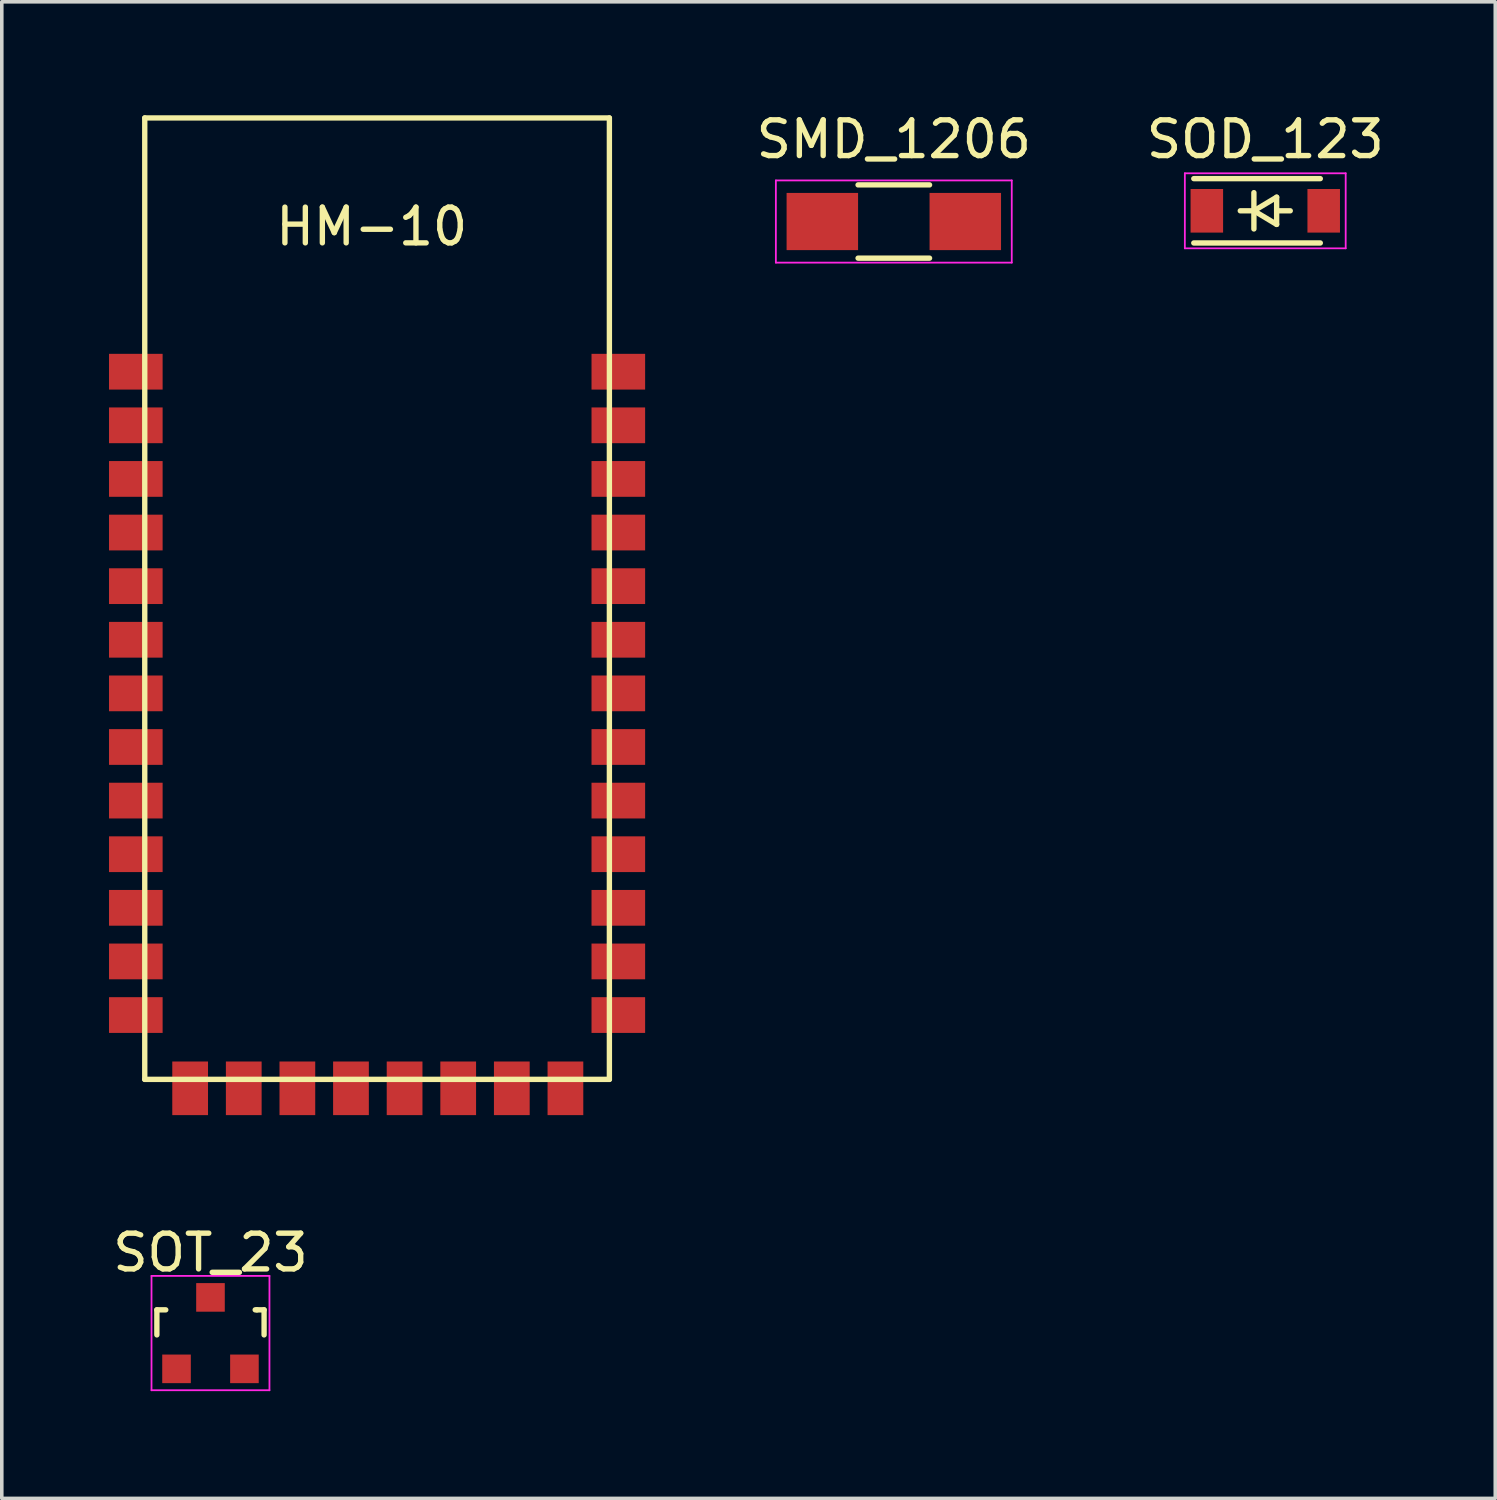
<source format=kicad_pcb>
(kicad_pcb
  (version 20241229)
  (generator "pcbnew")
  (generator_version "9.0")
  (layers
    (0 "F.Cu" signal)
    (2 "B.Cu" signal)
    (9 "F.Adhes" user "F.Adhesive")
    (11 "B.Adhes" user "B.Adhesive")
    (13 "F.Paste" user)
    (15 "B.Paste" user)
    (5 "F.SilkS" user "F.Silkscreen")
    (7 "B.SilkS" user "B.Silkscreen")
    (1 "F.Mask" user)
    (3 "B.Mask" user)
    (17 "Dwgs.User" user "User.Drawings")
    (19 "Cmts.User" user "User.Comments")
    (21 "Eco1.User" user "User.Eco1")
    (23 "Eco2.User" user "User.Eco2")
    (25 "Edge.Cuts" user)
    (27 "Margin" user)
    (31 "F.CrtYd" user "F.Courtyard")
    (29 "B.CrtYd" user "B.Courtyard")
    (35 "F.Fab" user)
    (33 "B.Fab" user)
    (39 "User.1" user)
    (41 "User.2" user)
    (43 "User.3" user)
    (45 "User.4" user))
  (footprint "SMD_1206"
    (layer "F.Cu")
    (at 21.958 3.148)
    (property "Reference" "SMD_1206" (at 0 -2.3 0) (layer "F.SilkS") (effects (font (size 1 1) (thickness 0.15))))
    (attr smd)
    (fp_line (start -1 1.025) (end 1 1.025) (stroke (width 0.15) (type solid)) (layer "F.SilkS"))
    (fp_line (start 1 -1.025) (end -1 -1.025) (stroke (width 0.15) (type solid)) (layer "F.SilkS"))
    (fp_line (start -3.3 -1.15) (end -3.3 1.15) (stroke (width 0.05) (type solid)) (layer "F.CrtYd"))
    (fp_line (start -3.3 -1.15) (end 3.3 -1.15) (stroke (width 0.05) (type solid)) (layer "F.CrtYd"))
    (fp_line (start -3.3 1.15) (end 3.3 1.15) (stroke (width 0.05) (type solid)) (layer "F.CrtYd"))
    (fp_line (start 3.3 -1.15) (end 3.3 1.15) (stroke (width 0.05) (type solid)) (layer "F.CrtYd"))
    (pad "1" smd rect (at -2 0) (size 2 1.6) (layers "F.Cu" "F.Mask" "F.Paste"))
    (pad "2" smd rect (at 2 0) (size 2 1.6) (layers "F.Cu" "F.Mask" "F.Paste")))
  (footprint "HM-10"
    (layer "F.Cu")
    (at 1 0.25)
    (property "Reference" "HM-10" (at 6.35 3.04 0) (layer "F.SilkS") (effects (font (size 1 1) (thickness 0.15))))
    (attr through_hole)
    (fp_line (start 0 0) (end 0 26.9) (stroke (width 0.15) (type solid)) (layer "F.SilkS"))
    (fp_line (start 0 0) (end 13 0) (stroke (width 0.15) (type solid)) (layer "F.SilkS"))
    (fp_line (start 0 26.9) (end 13 26.9) (stroke (width 0.15) (type solid)) (layer "F.SilkS"))
    (fp_line (start 13 0) (end 13 26.9) (stroke (width 0.15) (type solid)) (layer "F.SilkS"))
    (pad "1" smd rect (at 0 7.1) (size 1.5 1) (drill (offset -0.25 0)) (layers "F.Cu" "F.Mask" "F.Paste"))
    (pad "2" smd rect (at 0 8.6) (size 1.5 1) (drill (offset -0.25 0)) (layers "F.Cu" "F.Mask" "F.Paste"))
    (pad "3" smd rect (at 0 10.1) (size 1.5 1) (drill (offset -0.25 0)) (layers "F.Cu" "F.Mask" "F.Paste"))
    (pad "4" smd rect (at 0 11.6) (size 1.5 1) (drill (offset -0.25 0)) (layers "F.Cu" "F.Mask" "F.Paste"))
    (pad "5" smd rect (at 0 13.1) (size 1.5 1) (drill (offset -0.25 0)) (layers "F.Cu" "F.Mask" "F.Paste"))
    (pad "6" smd rect (at 0 14.6) (size 1.5 1) (drill (offset -0.25 0)) (layers "F.Cu" "F.Mask" "F.Paste"))
    (pad "7" smd rect (at 0 16.1) (size 1.5 1) (drill (offset -0.25 0)) (layers "F.Cu" "F.Mask" "F.Paste"))
    (pad "8" smd rect (at 0 17.6) (size 1.5 1) (drill (offset -0.25 0)) (layers "F.Cu" "F.Mask" "F.Paste"))
    (pad "9" smd rect (at 0 19.1) (size 1.5 1) (drill (offset -0.25 0)) (layers "F.Cu" "F.Mask" "F.Paste"))
    (pad "10" smd rect (at 0 20.6) (size 1.5 1) (drill (offset -0.25 0)) (layers "F.Cu" "F.Mask" "F.Paste"))
    (pad "11" smd rect (at 0 22.1) (size 1.5 1) (drill (offset -0.25 0)) (layers "F.Cu" "F.Mask" "F.Paste"))
    (pad "12" smd rect (at 0 23.6) (size 1.5 1) (drill (offset -0.25 0)) (layers "F.Cu" "F.Mask" "F.Paste"))
    (pad "13" smd rect (at 0 25.1) (size 1.5 1) (drill (offset -0.25 0)) (layers "F.Cu" "F.Mask" "F.Paste"))
    (pad "14" smd rect (at 1.27 26.9) (size 1 1.5) (drill (offset 0 0.25)) (layers "F.Cu" "F.Mask" "F.Paste"))
    (pad "15" smd rect (at 2.77 26.9) (size 1 1.5) (drill (offset 0 0.25)) (layers "F.Cu" "F.Mask" "F.Paste"))
    (pad "16" smd rect (at 4.27 26.9) (size 1 1.5) (drill (offset 0 0.25)) (layers "F.Cu" "F.Mask" "F.Paste"))
    (pad "17" smd rect (at 5.77 26.9) (size 1 1.5) (drill (offset 0 0.25)) (layers "F.Cu" "F.Mask" "F.Paste"))
    (pad "18" smd rect (at 7.27 26.9) (size 1 1.5) (drill (offset 0 0.25)) (layers "F.Cu" "F.Mask" "F.Paste"))
    (pad "19" smd rect (at 8.77 26.9) (size 1 1.5) (drill (offset 0 0.25)) (layers "F.Cu" "F.Mask" "F.Paste"))
    (pad "20" smd rect (at 10.27 26.9) (size 1 1.5) (drill (offset 0 0.25)) (layers "F.Cu" "F.Mask" "F.Paste"))
    (pad "21" smd rect (at 11.77 26.9) (size 1 1.5) (drill (offset 0 0.25)) (layers "F.Cu" "F.Mask" "F.Paste"))
    (pad "22" smd rect (at 13 25.1) (size 1.5 1) (drill (offset 0.25 0)) (layers "F.Cu" "F.Mask" "F.Paste"))
    (pad "23" smd rect (at 13 23.6) (size 1.5 1) (drill (offset 0.25 0)) (layers "F.Cu" "F.Mask" "F.Paste"))
    (pad "24" smd rect (at 13 22.1) (size 1.5 1) (drill (offset 0.25 0)) (layers "F.Cu" "F.Mask" "F.Paste"))
    (pad "25" smd rect (at 13 20.6) (size 1.5 1) (drill (offset 0.25 0)) (layers "F.Cu" "F.Mask" "F.Paste"))
    (pad "26" smd rect (at 13 19.1) (size 1.5 1) (drill (offset 0.25 0)) (layers "F.Cu" "F.Mask" "F.Paste"))
    (pad "27" smd rect (at 13 17.6) (size 1.5 1) (drill (offset 0.25 0)) (layers "F.Cu" "F.Mask" "F.Paste"))
    (pad "28" smd rect (at 13 16.1) (size 1.5 1) (drill (offset 0.25 0)) (layers "F.Cu" "F.Mask" "F.Paste"))
    (pad "29" smd rect (at 13 14.6) (size 1.5 1) (drill (offset 0.25 0)) (layers "F.Cu" "F.Mask" "F.Paste"))
    (pad "30" smd rect (at 13 13.1) (size 1.5 1) (drill (offset 0.25 0)) (layers "F.Cu" "F.Mask" "F.Paste"))
    (pad "31" smd rect (at 13 11.6) (size 1.5 1) (drill (offset 0.25 0)) (layers "F.Cu" "F.Mask" "F.Paste"))
    (pad "32" smd rect (at 13 10.1) (size 1.5 1) (drill (offset 0.25 0)) (layers "F.Cu" "F.Mask" "F.Paste"))
    (pad "33" smd rect (at 13 8.6) (size 1.5 1) (drill (offset 0.25 0)) (layers "F.Cu" "F.Mask" "F.Paste"))
    (pad "34" smd rect (at 13 7.1) (size 1.5 1) (drill (offset 0.25 0)) (layers "F.Cu" "F.Mask" "F.Paste")))
  (footprint "SOD_123"
    (layer "F.Cu")
    (at 32.351 2.848)
    (property "Reference" "SOD_123" (at 0 -2 0) (layer "F.SilkS") (effects (font (size 1 1) (thickness 0.15))))
    (attr smd)
    (fp_line (start -2 -0.9) (end 1.54 -0.9) (stroke (width 0.15) (type solid)) (layer "F.SilkS"))
    (fp_line (start -2 0.9) (end 1.54 0.9) (stroke (width 0.15) (type solid)) (layer "F.SilkS"))
    (fp_line (start -0.699 0) (end -0.318 0) (stroke (width 0.15) (type solid)) (layer "F.SilkS"))
    (fp_line (start -0.318 -0.508) (end -0.318 0.508) (stroke (width 0.15) (type solid)) (layer "F.SilkS"))
    (fp_line (start -0.318 0) (end 0.318 -0.381) (stroke (width 0.15) (type solid)) (layer "F.SilkS"))
    (fp_line (start 0.318 -0.381) (end 0.318 0.381) (stroke (width 0.15) (type solid)) (layer "F.SilkS"))
    (fp_line (start 0.318 0) (end 0.699 0) (stroke (width 0.15) (type solid)) (layer "F.SilkS"))
    (fp_line (start 0.318 0.381) (end -0.318 0) (stroke (width 0.15) (type solid)) (layer "F.SilkS"))
    (fp_line (start -2.25 -1.05) (end -2.25 1.05) (stroke (width 0.05) (type solid)) (layer "F.CrtYd"))
    (fp_line (start -2.25 -1.05) (end 2.25 -1.05) (stroke (width 0.05) (type solid)) (layer "F.CrtYd"))
    (fp_line (start 2.25 -1.05) (end 2.25 1.05) (stroke (width 0.05) (type solid)) (layer "F.CrtYd"))
    (fp_line (start 2.25 1.05) (end -2.25 1.05) (stroke (width 0.05) (type solid)) (layer "F.CrtYd"))
    (pad "1" smd rect (at -1.635 0) (size 0.91 1.22) (layers "F.Cu" "F.Mask" "F.Paste"))
    (pad "2" smd rect (at 1.635 0) (size 0.91 1.22) (layers "F.Cu" "F.Mask" "F.Paste")))
  (footprint "SOT_23"
    (layer "F.Cu")
    (at 2.839 34.248)
    (property "Reference" "SOT_23" (at 0 -2.25 0) (layer "F.SilkS") (effects (font (size 1 1) (thickness 0.15))))
    (attr smd)
    (fp_line (start -1.5 -0.65) (end -1.251 -0.65) (stroke (width 0.15) (type solid)) (layer "F.SilkS"))
    (fp_line (start -1.5 0.051) (end -1.5 -0.65) (stroke (width 0.15) (type solid)) (layer "F.SilkS"))
    (fp_line (start 1.299 -0.65) (end 1.251 -0.65) (stroke (width 0.15) (type solid)) (layer "F.SilkS"))
    (fp_line (start 1.299 -0.65) (end 1.5 -0.65) (stroke (width 0.15) (type solid)) (layer "F.SilkS"))
    (fp_line (start 1.5 -0.65) (end 1.5 0.051) (stroke (width 0.15) (type solid)) (layer "F.SilkS"))
    (fp_line (start -1.65 -1.6) (end 1.65 -1.6) (stroke (width 0.05) (type solid)) (layer "F.CrtYd"))
    (fp_line (start -1.65 1.6) (end -1.65 -1.6) (stroke (width 0.05) (type solid)) (layer "F.CrtYd"))
    (fp_line (start 1.65 -1.6) (end 1.65 1.6) (stroke (width 0.05) (type solid)) (layer "F.CrtYd"))
    (fp_line (start 1.65 1.6) (end -1.65 1.6) (stroke (width 0.05) (type solid)) (layer "F.CrtYd"))
    (pad "1" smd rect (at -0.95 1.001) (size 0.8 0.8) (layers "F.Cu" "F.Mask" "F.Paste"))
    (pad "2" smd rect (at 0.95 1.001) (size 0.8 0.8) (layers "F.Cu" "F.Mask" "F.Paste"))
    (pad "3" smd rect (at 0 -0.998) (size 0.8 0.8) (layers "F.Cu" "F.Mask" "F.Paste")))
  (gr_rect
    (start -3 -3)
    (end 38.786 38.873)
    (stroke (width 0.1) (type default))
    (fill no)
    (layer "Edge.Cuts")))
</source>
